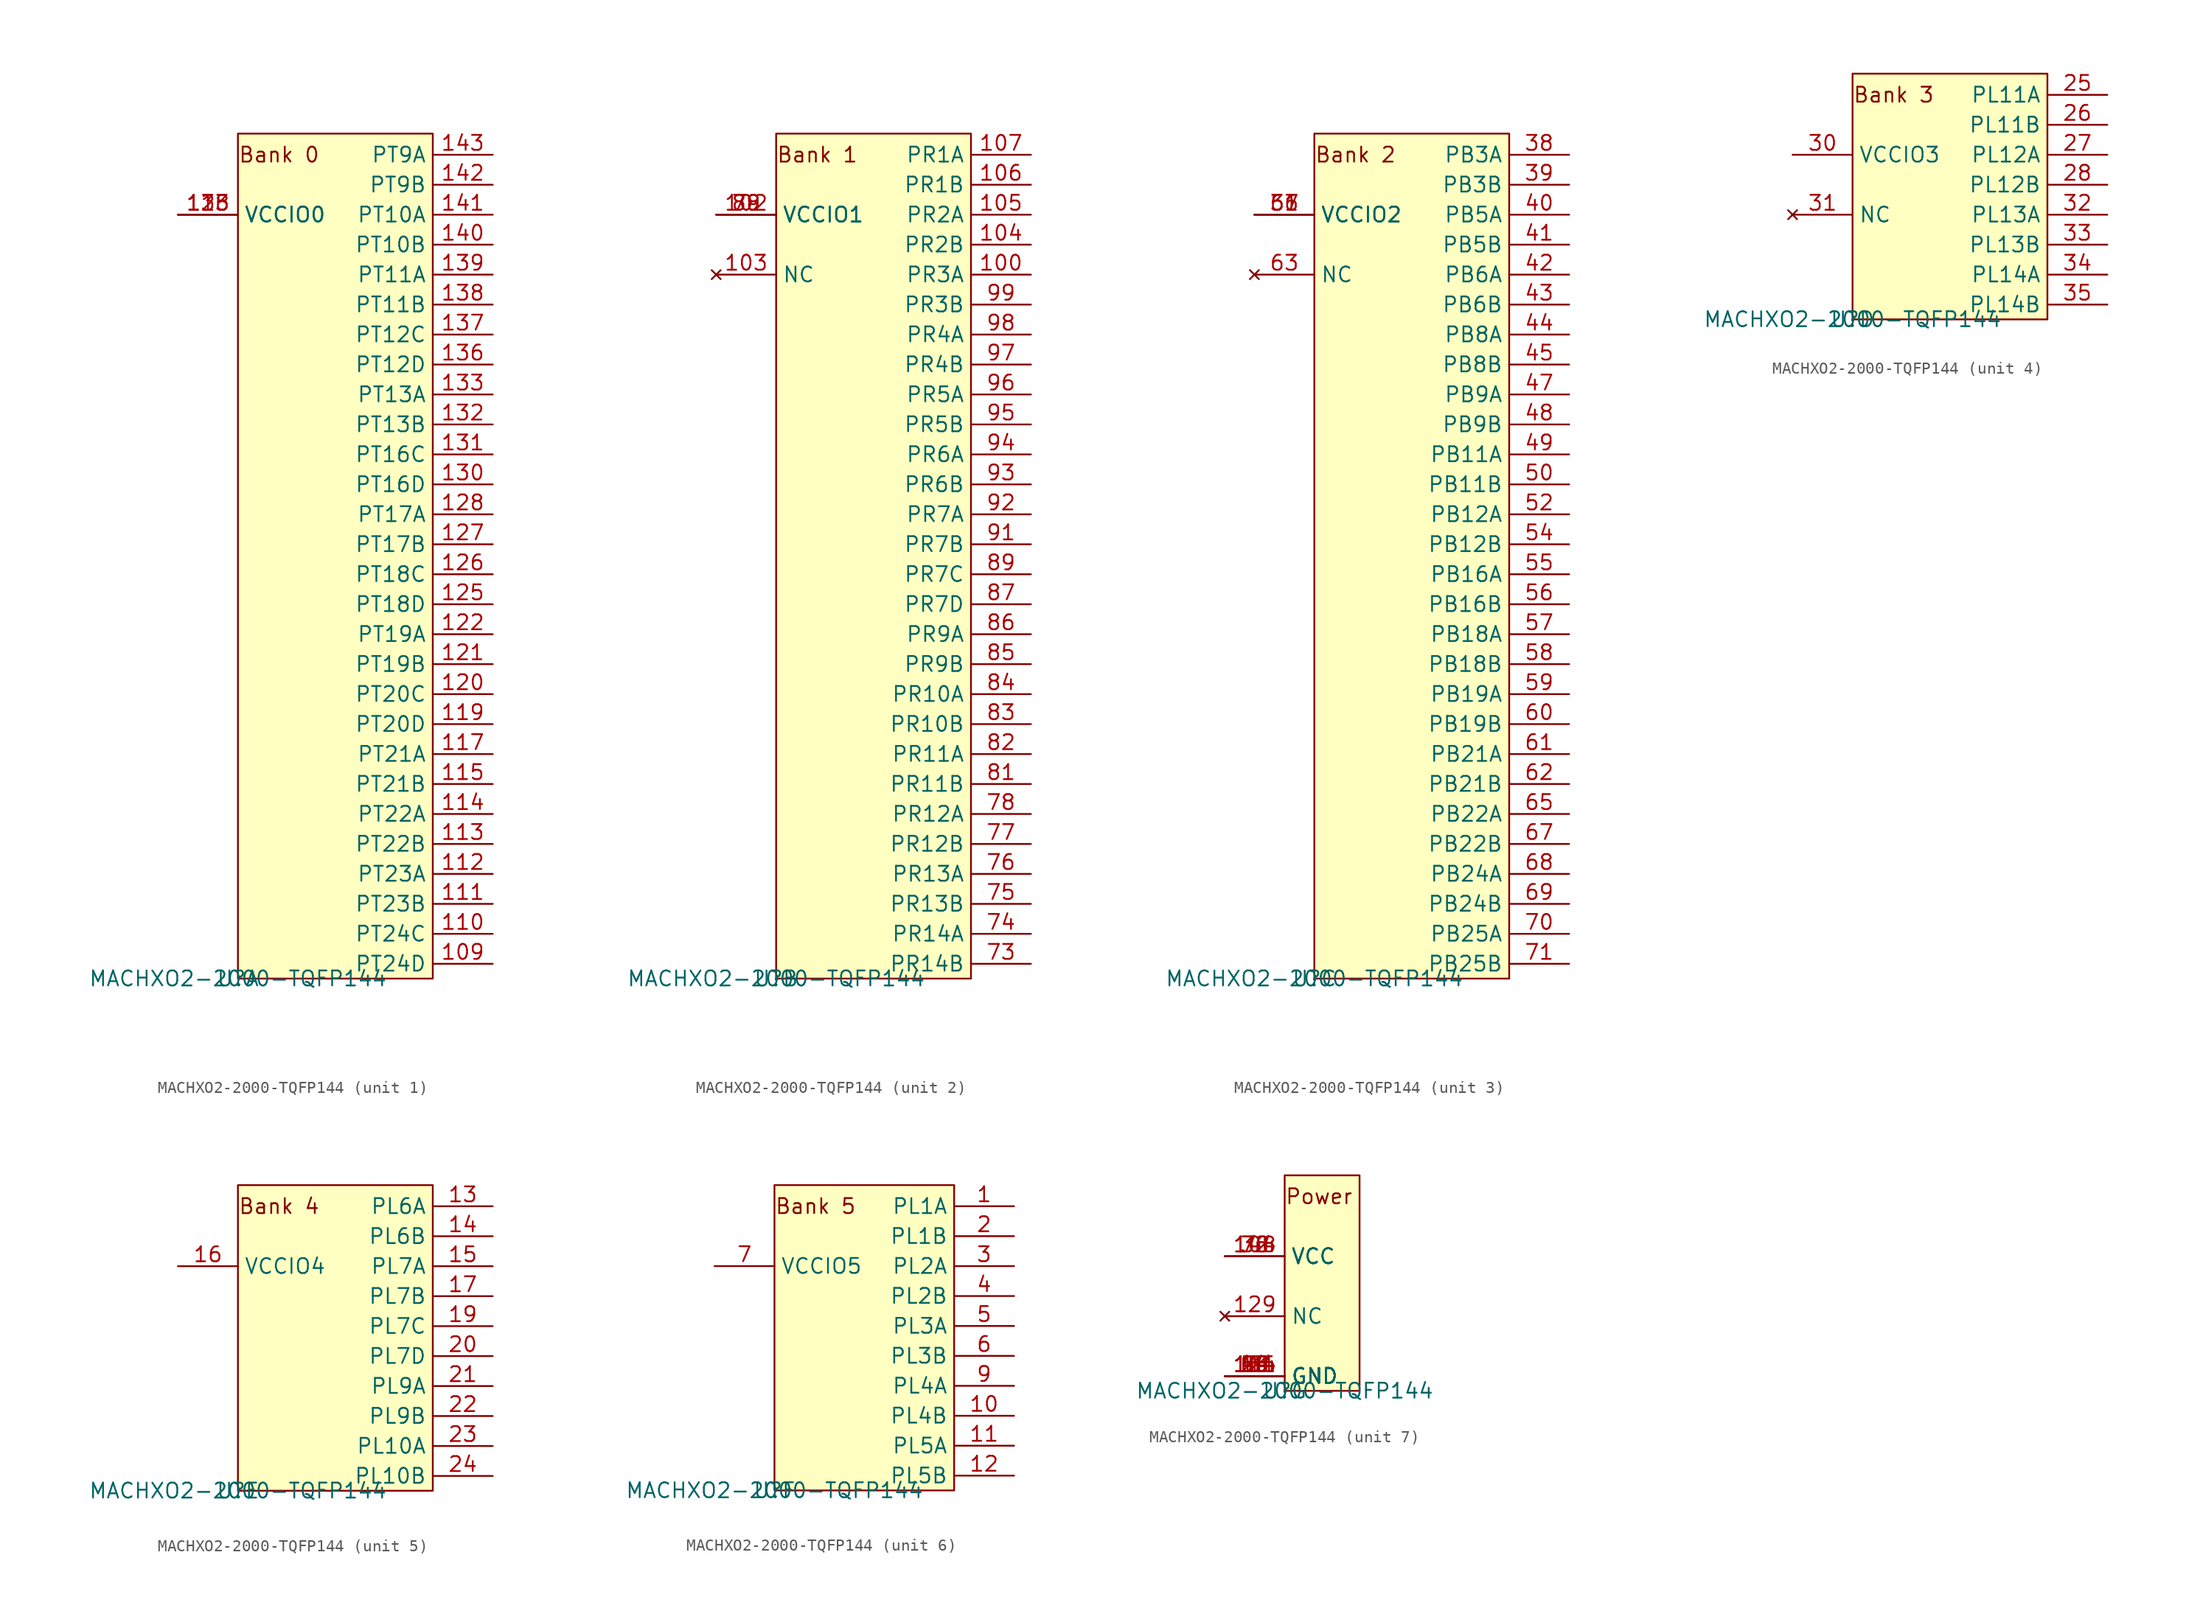
<source format=kicad_sym>
(kicad_symbol_lib
  (version 20211014)
  (generator kicad_symbol_editor)
  (symbol "MACHXO2-2000-TQFP144"
    (property "Reference" "U"
      (at 0 0 0)
      (effects (font (size 1.27 1.27))))
    (property "Value" "MACHXO2-2000-TQFP144"
      (at 0 0 0)
      (effects (font (size 1.27 1.27))))
    (property "ki_locked" ""
      (at 0 0 0)
      (effects (font (size 1.27 1.27))))
    (symbol "MACHXO2-2000-TQFP144_1_0"
      (pin power_in line (at -5.08 64.754 0) (length 5.08) (name "VCCIO0" (effects (font (size 1.27 1.27)))) (number "118" (effects (font (size 1.27 1.27)))))
      (pin power_in line (at -5.08 64.754 0) (length 5.08) (name "VCCIO0" (effects (font (size 1.27 1.27)))) (number "123" (effects (font (size 1.27 1.27)))))
      (pin power_in line (at -5.08 64.754 0) (length 5.08) (name "VCCIO0" (effects (font (size 1.27 1.27)))) (number "135" (effects (font (size 1.27 1.27)))))
      (pin bidirectional line (at 21.59 69.834 180) (length 5.08) (name "PT9A" (effects (font (size 1.27 1.27)))) (number "143" (effects (font (size 1.27 1.27)))))
      (pin bidirectional line (at 21.59 67.294 180) (length 5.08) (name "PT9B" (effects (font (size 1.27 1.27)))) (number "142" (effects (font (size 1.27 1.27)))))
      (pin bidirectional line (at 21.59 64.754 180) (length 5.08) (name "PT10A" (effects (font (size 1.27 1.27)))) (number "141" (effects (font (size 1.27 1.27)))))
      (pin bidirectional line (at 21.59 62.214 180) (length 5.08) (name "PT10B" (effects (font (size 1.27 1.27)))) (number "140" (effects (font (size 1.27 1.27)))))
      (pin bidirectional line (at 21.59 59.674 180) (length 5.08) (name "PT11A" (effects (font (size 1.27 1.27)))) (number "139" (effects (font (size 1.27 1.27)))))
      (pin bidirectional line (at 21.59 57.134 180) (length 5.08) (name "PT11B" (effects (font (size 1.27 1.27)))) (number "138" (effects (font (size 1.27 1.27)))))
      (pin bidirectional line (at 21.59 54.594 180) (length 5.08) (name "PT12C" (effects (font (size 1.27 1.27)))) (number "137" (effects (font (size 1.27 1.27)))))
      (pin bidirectional line (at 21.59 52.054 180) (length 5.08) (name "PT12D" (effects (font (size 1.27 1.27)))) (number "136" (effects (font (size 1.27 1.27)))))
      (pin bidirectional line (at 21.59 49.514 180) (length 5.08) (name "PT13A" (effects (font (size 1.27 1.27)))) (number "133" (effects (font (size 1.27 1.27)))))
      (pin bidirectional line (at 21.59 46.974 180) (length 5.08) (name "PT13B" (effects (font (size 1.27 1.27)))) (number "132" (effects (font (size 1.27 1.27)))))
      (pin bidirectional line (at 21.59 44.434 180) (length 5.08) (name "PT16C" (effects (font (size 1.27 1.27)))) (number "131" (effects (font (size 1.27 1.27)))))
      (pin bidirectional line (at 21.59 41.894 180) (length 5.08) (name "PT16D" (effects (font (size 1.27 1.27)))) (number "130" (effects (font (size 1.27 1.27)))))
      (pin bidirectional line (at 21.59 39.354 180) (length 5.08) (name "PT17A" (effects (font (size 1.27 1.27)))) (number "128" (effects (font (size 1.27 1.27)))))
      (pin bidirectional line (at 21.59 36.814 180) (length 5.08) (name "PT17B" (effects (font (size 1.27 1.27)))) (number "127" (effects (font (size 1.27 1.27)))))
      (pin bidirectional line (at 21.59 34.274 180) (length 5.08) (name "PT18C" (effects (font (size 1.27 1.27)))) (number "126" (effects (font (size 1.27 1.27)))))
      (pin bidirectional line (at 21.59 31.734 180) (length 5.08) (name "PT18D" (effects (font (size 1.27 1.27)))) (number "125" (effects (font (size 1.27 1.27)))))
      (pin bidirectional line (at 21.59 29.194 180) (length 5.08) (name "PT19A" (effects (font (size 1.27 1.27)))) (number "122" (effects (font (size 1.27 1.27)))))
      (pin bidirectional line (at 21.59 26.654 180) (length 5.08) (name "PT19B" (effects (font (size 1.27 1.27)))) (number "121" (effects (font (size 1.27 1.27)))))
      (pin bidirectional line (at 21.59 24.114 180) (length 5.08) (name "PT20C" (effects (font (size 1.27 1.27)))) (number "120" (effects (font (size 1.27 1.27)))))
      (pin bidirectional line (at 21.59 21.574 180) (length 5.08) (name "PT20D" (effects (font (size 1.27 1.27)))) (number "119" (effects (font (size 1.27 1.27)))))
      (pin bidirectional line (at 21.59 19.034 180) (length 5.08) (name "PT21A" (effects (font (size 1.27 1.27)))) (number "117" (effects (font (size 1.27 1.27)))))
      (pin bidirectional line (at 21.59 16.494 180) (length 5.08) (name "PT21B" (effects (font (size 1.27 1.27)))) (number "115" (effects (font (size 1.27 1.27)))))
      (pin bidirectional line (at 21.59 13.954 180) (length 5.08) (name "PT22A" (effects (font (size 1.27 1.27)))) (number "114" (effects (font (size 1.27 1.27)))))
      (pin bidirectional line (at 21.59 11.414 180) (length 5.08) (name "PT22B" (effects (font (size 1.27 1.27)))) (number "113" (effects (font (size 1.27 1.27)))))
      (pin bidirectional line (at 21.59 8.874 180) (length 5.08) (name "PT23A" (effects (font (size 1.27 1.27)))) (number "112" (effects (font (size 1.27 1.27)))))
      (pin bidirectional line (at 21.59 6.334 180) (length 5.08) (name "PT23B" (effects (font (size 1.27 1.27)))) (number "111" (effects (font (size 1.27 1.27)))))
      (pin bidirectional line (at 21.59 3.794 180) (length 5.08) (name "PT24C" (effects (font (size 1.27 1.27)))) (number "110" (effects (font (size 1.27 1.27)))))
      (pin bidirectional line (at 21.59 1.254 180) (length 5.08) (name "PT24D" (effects (font (size 1.27 1.27)))) (number "109" (effects (font (size 1.27 1.27))))))
    (symbol "MACHXO2-2000-TQFP144_1_1"
      (rectangle (start 0 0) (end 16.51 71.628) (stroke (width 0) (type default) (color 0 0 0 0)) (fill (type background)))
      (text "Bank 0" (at 0 69.834 0) (effects (font (size 1.27 1.27)) (justify left))))
    (symbol "MACHXO2-2000-TQFP144_2_0"
      (pin power_in line (at -5.08 64.754 0) (length 5.08) (name "VCCIO1" (effects (font (size 1.27 1.27)))) (number "79" (effects (font (size 1.27 1.27)))))
      (pin power_in line (at -5.08 64.754 0) (length 5.08) (name "VCCIO1" (effects (font (size 1.27 1.27)))) (number "88" (effects (font (size 1.27 1.27)))))
      (pin power_in line (at -5.08 64.754 0) (length 5.08) (name "VCCIO1" (effects (font (size 1.27 1.27)))) (number "102" (effects (font (size 1.27 1.27)))))
      (pin no_connect line (at -5.08 59.674 0) (length 5.08) (name "NC" (effects (font (size 1.27 1.27)))) (number "103" (effects (font (size 1.27 1.27)))))
      (pin bidirectional line (at 21.59 69.834 180) (length 5.08) (name "PR1A" (effects (font (size 1.27 1.27)))) (number "107" (effects (font (size 1.27 1.27)))))
      (pin bidirectional line (at 21.59 67.294 180) (length 5.08) (name "PR1B" (effects (font (size 1.27 1.27)))) (number "106" (effects (font (size 1.27 1.27)))))
      (pin bidirectional line (at 21.59 64.754 180) (length 5.08) (name "PR2A" (effects (font (size 1.27 1.27)))) (number "105" (effects (font (size 1.27 1.27)))))
      (pin bidirectional line (at 21.59 62.214 180) (length 5.08) (name "PR2B" (effects (font (size 1.27 1.27)))) (number "104" (effects (font (size 1.27 1.27)))))
      (pin bidirectional line (at 21.59 59.674 180) (length 5.08) (name "PR3A" (effects (font (size 1.27 1.27)))) (number "100" (effects (font (size 1.27 1.27)))))
      (pin bidirectional line (at 21.59 57.134 180) (length 5.08) (name "PR3B" (effects (font (size 1.27 1.27)))) (number "99" (effects (font (size 1.27 1.27)))))
      (pin bidirectional line (at 21.59 54.594 180) (length 5.08) (name "PR4A" (effects (font (size 1.27 1.27)))) (number "98" (effects (font (size 1.27 1.27)))))
      (pin bidirectional line (at 21.59 52.054 180) (length 5.08) (name "PR4B" (effects (font (size 1.27 1.27)))) (number "97" (effects (font (size 1.27 1.27)))))
      (pin bidirectional line (at 21.59 49.514 180) (length 5.08) (name "PR5A" (effects (font (size 1.27 1.27)))) (number "96" (effects (font (size 1.27 1.27)))))
      (pin bidirectional line (at 21.59 46.974 180) (length 5.08) (name "PR5B" (effects (font (size 1.27 1.27)))) (number "95" (effects (font (size 1.27 1.27)))))
      (pin bidirectional line (at 21.59 44.434 180) (length 5.08) (name "PR6A" (effects (font (size 1.27 1.27)))) (number "94" (effects (font (size 1.27 1.27)))))
      (pin bidirectional line (at 21.59 41.894 180) (length 5.08) (name "PR6B" (effects (font (size 1.27 1.27)))) (number "93" (effects (font (size 1.27 1.27)))))
      (pin bidirectional line (at 21.59 39.354 180) (length 5.08) (name "PR7A" (effects (font (size 1.27 1.27)))) (number "92" (effects (font (size 1.27 1.27)))))
      (pin bidirectional line (at 21.59 36.814 180) (length 5.08) (name "PR7B" (effects (font (size 1.27 1.27)))) (number "91" (effects (font (size 1.27 1.27)))))
      (pin bidirectional line (at 21.59 34.274 180) (length 5.08) (name "PR7C" (effects (font (size 1.27 1.27)))) (number "89" (effects (font (size 1.27 1.27)))))
      (pin bidirectional line (at 21.59 31.734 180) (length 5.08) (name "PR7D" (effects (font (size 1.27 1.27)))) (number "87" (effects (font (size 1.27 1.27)))))
      (pin bidirectional line (at 21.59 29.194 180) (length 5.08) (name "PR9A" (effects (font (size 1.27 1.27)))) (number "86" (effects (font (size 1.27 1.27)))))
      (pin bidirectional line (at 21.59 26.654 180) (length 5.08) (name "PR9B" (effects (font (size 1.27 1.27)))) (number "85" (effects (font (size 1.27 1.27)))))
      (pin bidirectional line (at 21.59 24.114 180) (length 5.08) (name "PR10A" (effects (font (size 1.27 1.27)))) (number "84" (effects (font (size 1.27 1.27)))))
      (pin bidirectional line (at 21.59 21.574 180) (length 5.08) (name "PR10B" (effects (font (size 1.27 1.27)))) (number "83" (effects (font (size 1.27 1.27)))))
      (pin bidirectional line (at 21.59 19.034 180) (length 5.08) (name "PR11A" (effects (font (size 1.27 1.27)))) (number "82" (effects (font (size 1.27 1.27)))))
      (pin bidirectional line (at 21.59 16.494 180) (length 5.08) (name "PR11B" (effects (font (size 1.27 1.27)))) (number "81" (effects (font (size 1.27 1.27)))))
      (pin bidirectional line (at 21.59 13.954 180) (length 5.08) (name "PR12A" (effects (font (size 1.27 1.27)))) (number "78" (effects (font (size 1.27 1.27)))))
      (pin bidirectional line (at 21.59 11.414 180) (length 5.08) (name "PR12B" (effects (font (size 1.27 1.27)))) (number "77" (effects (font (size 1.27 1.27)))))
      (pin bidirectional line (at 21.59 8.874 180) (length 5.08) (name "PR13A" (effects (font (size 1.27 1.27)))) (number "76" (effects (font (size 1.27 1.27)))))
      (pin bidirectional line (at 21.59 6.334 180) (length 5.08) (name "PR13B" (effects (font (size 1.27 1.27)))) (number "75" (effects (font (size 1.27 1.27)))))
      (pin bidirectional line (at 21.59 3.794 180) (length 5.08) (name "PR14A" (effects (font (size 1.27 1.27)))) (number "74" (effects (font (size 1.27 1.27)))))
      (pin bidirectional line (at 21.59 1.254 180) (length 5.08) (name "PR14B" (effects (font (size 1.27 1.27)))) (number "73" (effects (font (size 1.27 1.27))))))
    (symbol "MACHXO2-2000-TQFP144_2_1"
      (rectangle (start 0 0) (end 16.51 71.628) (stroke (width 0) (type default) (color 0 0 0 0)) (fill (type background)))
      (text "Bank 1" (at 0 69.834 0) (effects (font (size 1.27 1.27)) (justify left))))
    (symbol "MACHXO2-2000-TQFP144_3_0"
      (pin power_in line (at -5.08 64.754 0) (length 5.08) (name "VCCIO2" (effects (font (size 1.27 1.27)))) (number "37" (effects (font (size 1.27 1.27)))))
      (pin power_in line (at -5.08 64.754 0) (length 5.08) (name "VCCIO2" (effects (font (size 1.27 1.27)))) (number "51" (effects (font (size 1.27 1.27)))))
      (pin power_in line (at -5.08 64.754 0) (length 5.08) (name "VCCIO2" (effects (font (size 1.27 1.27)))) (number "66" (effects (font (size 1.27 1.27)))))
      (pin no_connect line (at -5.08 59.674 0) (length 5.08) (name "NC" (effects (font (size 1.27 1.27)))) (number "63" (effects (font (size 1.27 1.27)))))
      (pin bidirectional line (at 21.59 69.834 180) (length 5.08) (name "PB3A" (effects (font (size 1.27 1.27)))) (number "38" (effects (font (size 1.27 1.27)))))
      (pin bidirectional line (at 21.59 67.294 180) (length 5.08) (name "PB3B" (effects (font (size 1.27 1.27)))) (number "39" (effects (font (size 1.27 1.27)))))
      (pin bidirectional line (at 21.59 64.754 180) (length 5.08) (name "PB5A" (effects (font (size 1.27 1.27)))) (number "40" (effects (font (size 1.27 1.27)))))
      (pin bidirectional line (at 21.59 62.214 180) (length 5.08) (name "PB5B" (effects (font (size 1.27 1.27)))) (number "41" (effects (font (size 1.27 1.27)))))
      (pin bidirectional line (at 21.59 59.674 180) (length 5.08) (name "PB6A" (effects (font (size 1.27 1.27)))) (number "42" (effects (font (size 1.27 1.27)))))
      (pin bidirectional line (at 21.59 57.134 180) (length 5.08) (name "PB6B" (effects (font (size 1.27 1.27)))) (number "43" (effects (font (size 1.27 1.27)))))
      (pin bidirectional line (at 21.59 54.594 180) (length 5.08) (name "PB8A" (effects (font (size 1.27 1.27)))) (number "44" (effects (font (size 1.27 1.27)))))
      (pin bidirectional line (at 21.59 52.054 180) (length 5.08) (name "PB8B" (effects (font (size 1.27 1.27)))) (number "45" (effects (font (size 1.27 1.27)))))
      (pin bidirectional line (at 21.59 49.514 180) (length 5.08) (name "PB9A" (effects (font (size 1.27 1.27)))) (number "47" (effects (font (size 1.27 1.27)))))
      (pin bidirectional line (at 21.59 46.974 180) (length 5.08) (name "PB9B" (effects (font (size 1.27 1.27)))) (number "48" (effects (font (size 1.27 1.27)))))
      (pin bidirectional line (at 21.59 44.434 180) (length 5.08) (name "PB11A" (effects (font (size 1.27 1.27)))) (number "49" (effects (font (size 1.27 1.27)))))
      (pin bidirectional line (at 21.59 41.894 180) (length 5.08) (name "PB11B" (effects (font (size 1.27 1.27)))) (number "50" (effects (font (size 1.27 1.27)))))
      (pin bidirectional line (at 21.59 39.354 180) (length 5.08) (name "PB12A" (effects (font (size 1.27 1.27)))) (number "52" (effects (font (size 1.27 1.27)))))
      (pin bidirectional line (at 21.59 36.814 180) (length 5.08) (name "PB12B" (effects (font (size 1.27 1.27)))) (number "54" (effects (font (size 1.27 1.27)))))
      (pin bidirectional line (at 21.59 34.274 180) (length 5.08) (name "PB16A" (effects (font (size 1.27 1.27)))) (number "55" (effects (font (size 1.27 1.27)))))
      (pin bidirectional line (at 21.59 31.734 180) (length 5.08) (name "PB16B" (effects (font (size 1.27 1.27)))) (number "56" (effects (font (size 1.27 1.27)))))
      (pin bidirectional line (at 21.59 29.194 180) (length 5.08) (name "PB18A" (effects (font (size 1.27 1.27)))) (number "57" (effects (font (size 1.27 1.27)))))
      (pin bidirectional line (at 21.59 26.654 180) (length 5.08) (name "PB18B" (effects (font (size 1.27 1.27)))) (number "58" (effects (font (size 1.27 1.27)))))
      (pin bidirectional line (at 21.59 24.114 180) (length 5.08) (name "PB19A" (effects (font (size 1.27 1.27)))) (number "59" (effects (font (size 1.27 1.27)))))
      (pin bidirectional line (at 21.59 21.574 180) (length 5.08) (name "PB19B" (effects (font (size 1.27 1.27)))) (number "60" (effects (font (size 1.27 1.27)))))
      (pin bidirectional line (at 21.59 19.034 180) (length 5.08) (name "PB21A" (effects (font (size 1.27 1.27)))) (number "61" (effects (font (size 1.27 1.27)))))
      (pin bidirectional line (at 21.59 16.494 180) (length 5.08) (name "PB21B" (effects (font (size 1.27 1.27)))) (number "62" (effects (font (size 1.27 1.27)))))
      (pin bidirectional line (at 21.59 13.954 180) (length 5.08) (name "PB22A" (effects (font (size 1.27 1.27)))) (number "65" (effects (font (size 1.27 1.27)))))
      (pin bidirectional line (at 21.59 11.414 180) (length 5.08) (name "PB22B" (effects (font (size 1.27 1.27)))) (number "67" (effects (font (size 1.27 1.27)))))
      (pin bidirectional line (at 21.59 8.874 180) (length 5.08) (name "PB24A" (effects (font (size 1.27 1.27)))) (number "68" (effects (font (size 1.27 1.27)))))
      (pin bidirectional line (at 21.59 6.334 180) (length 5.08) (name "PB24B" (effects (font (size 1.27 1.27)))) (number "69" (effects (font (size 1.27 1.27)))))
      (pin bidirectional line (at 21.59 3.794 180) (length 5.08) (name "PB25A" (effects (font (size 1.27 1.27)))) (number "70" (effects (font (size 1.27 1.27)))))
      (pin bidirectional line (at 21.59 1.254 180) (length 5.08) (name "PB25B" (effects (font (size 1.27 1.27)))) (number "71" (effects (font (size 1.27 1.27))))))
    (symbol "MACHXO2-2000-TQFP144_3_1"
      (rectangle (start 0 0) (end 16.51 71.628) (stroke (width 0) (type default) (color 0 0 0 0)) (fill (type background)))
      (text "Bank 2" (at 0 69.834 0) (effects (font (size 1.27 1.27)) (justify left))))
    (symbol "MACHXO2-2000-TQFP144_4_0"
      (pin power_in line (at -5.08 13.954 0) (length 5.08) (name "VCCIO3" (effects (font (size 1.27 1.27)))) (number "30" (effects (font (size 1.27 1.27)))))
      (pin no_connect line (at -5.08 8.874 0) (length 5.08) (name "NC" (effects (font (size 1.27 1.27)))) (number "31" (effects (font (size 1.27 1.27)))))
      (pin bidirectional line (at 21.59 19.034 180) (length 5.08) (name "PL11A" (effects (font (size 1.27 1.27)))) (number "25" (effects (font (size 1.27 1.27)))))
      (pin bidirectional line (at 21.59 16.494 180) (length 5.08) (name "PL11B" (effects (font (size 1.27 1.27)))) (number "26" (effects (font (size 1.27 1.27)))))
      (pin bidirectional line (at 21.59 13.954 180) (length 5.08) (name "PL12A" (effects (font (size 1.27 1.27)))) (number "27" (effects (font (size 1.27 1.27)))))
      (pin bidirectional line (at 21.59 11.414 180) (length 5.08) (name "PL12B" (effects (font (size 1.27 1.27)))) (number "28" (effects (font (size 1.27 1.27)))))
      (pin bidirectional line (at 21.59 8.874 180) (length 5.08) (name "PL13A" (effects (font (size 1.27 1.27)))) (number "32" (effects (font (size 1.27 1.27)))))
      (pin bidirectional line (at 21.59 6.334 180) (length 5.08) (name "PL13B" (effects (font (size 1.27 1.27)))) (number "33" (effects (font (size 1.27 1.27)))))
      (pin bidirectional line (at 21.59 3.794 180) (length 5.08) (name "PL14A" (effects (font (size 1.27 1.27)))) (number "34" (effects (font (size 1.27 1.27)))))
      (pin bidirectional line (at 21.59 1.254 180) (length 5.08) (name "PL14B" (effects (font (size 1.27 1.27)))) (number "35" (effects (font (size 1.27 1.27))))))
    (symbol "MACHXO2-2000-TQFP144_4_1"
      (rectangle (start 0 0) (end 16.51 20.828) (stroke (width 0) (type default) (color 0 0 0 0)) (fill (type background)))
      (text "Bank 3" (at 0 19.034 0) (effects (font (size 1.27 1.27)) (justify left))))
    (symbol "MACHXO2-2000-TQFP144_5_0"
      (pin power_in line (at -5.08 19.034 0) (length 5.08) (name "VCCIO4" (effects (font (size 1.27 1.27)))) (number "16" (effects (font (size 1.27 1.27)))))
      (pin bidirectional line (at 21.59 24.114 180) (length 5.08) (name "PL6A" (effects (font (size 1.27 1.27)))) (number "13" (effects (font (size 1.27 1.27)))))
      (pin bidirectional line (at 21.59 21.574 180) (length 5.08) (name "PL6B" (effects (font (size 1.27 1.27)))) (number "14" (effects (font (size 1.27 1.27)))))
      (pin bidirectional line (at 21.59 19.034 180) (length 5.08) (name "PL7A" (effects (font (size 1.27 1.27)))) (number "15" (effects (font (size 1.27 1.27)))))
      (pin bidirectional line (at 21.59 16.494 180) (length 5.08) (name "PL7B" (effects (font (size 1.27 1.27)))) (number "17" (effects (font (size 1.27 1.27)))))
      (pin bidirectional line (at 21.59 13.954 180) (length 5.08) (name "PL7C" (effects (font (size 1.27 1.27)))) (number "19" (effects (font (size 1.27 1.27)))))
      (pin bidirectional line (at 21.59 11.414 180) (length 5.08) (name "PL7D" (effects (font (size 1.27 1.27)))) (number "20" (effects (font (size 1.27 1.27)))))
      (pin bidirectional line (at 21.59 8.874 180) (length 5.08) (name "PL9A" (effects (font (size 1.27 1.27)))) (number "21" (effects (font (size 1.27 1.27)))))
      (pin bidirectional line (at 21.59 6.334 180) (length 5.08) (name "PL9B" (effects (font (size 1.27 1.27)))) (number "22" (effects (font (size 1.27 1.27)))))
      (pin bidirectional line (at 21.59 3.794 180) (length 5.08) (name "PL10A" (effects (font (size 1.27 1.27)))) (number "23" (effects (font (size 1.27 1.27)))))
      (pin bidirectional line (at 21.59 1.254 180) (length 5.08) (name "PL10B" (effects (font (size 1.27 1.27)))) (number "24" (effects (font (size 1.27 1.27))))))
    (symbol "MACHXO2-2000-TQFP144_5_1"
      (rectangle (start 0 0) (end 16.51 25.908) (stroke (width 0) (type default) (color 0 0 0 0)) (fill (type background)))
      (text "Bank 4" (at 0 24.114 0) (effects (font (size 1.27 1.27)) (justify left))))
    (symbol "MACHXO2-2000-TQFP144_6_0"
      (pin power_in line (at -5.08 19.034 0) (length 5.08) (name "VCCIO5" (effects (font (size 1.27 1.27)))) (number "7" (effects (font (size 1.27 1.27)))))
      (pin bidirectional line (at 20.32 24.114 180) (length 5.08) (name "PL1A" (effects (font (size 1.27 1.27)))) (number "1" (effects (font (size 1.27 1.27)))))
      (pin bidirectional line (at 20.32 21.574 180) (length 5.08) (name "PL1B" (effects (font (size 1.27 1.27)))) (number "2" (effects (font (size 1.27 1.27)))))
      (pin bidirectional line (at 20.32 19.034 180) (length 5.08) (name "PL2A" (effects (font (size 1.27 1.27)))) (number "3" (effects (font (size 1.27 1.27)))))
      (pin bidirectional line (at 20.32 16.494 180) (length 5.08) (name "PL2B" (effects (font (size 1.27 1.27)))) (number "4" (effects (font (size 1.27 1.27)))))
      (pin bidirectional line (at 20.32 13.954 180) (length 5.08) (name "PL3A" (effects (font (size 1.27 1.27)))) (number "5" (effects (font (size 1.27 1.27)))))
      (pin bidirectional line (at 20.32 11.414 180) (length 5.08) (name "PL3B" (effects (font (size 1.27 1.27)))) (number "6" (effects (font (size 1.27 1.27)))))
      (pin bidirectional line (at 20.32 8.874 180) (length 5.08) (name "PL4A" (effects (font (size 1.27 1.27)))) (number "9" (effects (font (size 1.27 1.27)))))
      (pin bidirectional line (at 20.32 6.334 180) (length 5.08) (name "PL4B" (effects (font (size 1.27 1.27)))) (number "10" (effects (font (size 1.27 1.27)))))
      (pin bidirectional line (at 20.32 3.794 180) (length 5.08) (name "PL5A" (effects (font (size 1.27 1.27)))) (number "11" (effects (font (size 1.27 1.27)))))
      (pin bidirectional line (at 20.32 1.254 180) (length 5.08) (name "PL5B" (effects (font (size 1.27 1.27)))) (number "12" (effects (font (size 1.27 1.27))))))
    (symbol "MACHXO2-2000-TQFP144_6_1"
      (rectangle (start 0 0) (end 15.24 25.908) (stroke (width 0) (type default) (color 0 0 0 0)) (fill (type background)))
      (text "Bank 5" (at 0 24.114 0) (effects (font (size 1.27 1.27)) (justify left))))
    (symbol "MACHXO2-2000-TQFP144_7_0"
      (pin power_in line (at -5.08 11.414 0) (length 5.08) (name "VCC" (effects (font (size 1.27 1.27)))) (number "36" (effects (font (size 1.27 1.27)))))
      (pin power_in line (at -5.08 11.414 0) (length 5.08) (name "VCC" (effects (font (size 1.27 1.27)))) (number "72" (effects (font (size 1.27 1.27)))))
      (pin power_in line (at -5.08 11.414 0) (length 5.08) (name "VCC" (effects (font (size 1.27 1.27)))) (number "108" (effects (font (size 1.27 1.27)))))
      (pin power_in line (at -5.08 11.414 0) (length 5.08) (name "VCC" (effects (font (size 1.27 1.27)))) (number "144" (effects (font (size 1.27 1.27)))))
      (pin no_connect line (at -5.08 6.334 0) (length 5.08) (name "NC" (effects (font (size 1.27 1.27)))) (number "129" (effects (font (size 1.27 1.27)))))
      (pin power_in line (at -5.08 1.254 0) (length 5.08) (name "GND" (effects (font (size 1.27 1.27)))) (number "8" (effects (font (size 1.27 1.27)))))
      (pin power_in line (at -5.08 1.254 0) (length 5.08) (name "GND" (effects (font (size 1.27 1.27)))) (number "18" (effects (font (size 1.27 1.27)))))
      (pin power_in line (at -5.08 1.254 0) (length 5.08) (name "GND" (effects (font (size 1.27 1.27)))) (number "29" (effects (font (size 1.27 1.27)))))
      (pin power_in line (at -5.08 1.254 0) (length 5.08) (name "GND" (effects (font (size 1.27 1.27)))) (number "46" (effects (font (size 1.27 1.27)))))
      (pin power_in line (at -5.08 1.254 0) (length 5.08) (name "GND" (effects (font (size 1.27 1.27)))) (number "53" (effects (font (size 1.27 1.27)))))
      (pin power_in line (at -5.08 1.254 0) (length 5.08) (name "GND" (effects (font (size 1.27 1.27)))) (number "64" (effects (font (size 1.27 1.27)))))
      (pin power_in line (at -5.08 1.254 0) (length 5.08) (name "GND" (effects (font (size 1.27 1.27)))) (number "80" (effects (font (size 1.27 1.27)))))
      (pin power_in line (at -5.08 1.254 0) (length 5.08) (name "GND" (effects (font (size 1.27 1.27)))) (number "90" (effects (font (size 1.27 1.27)))))
      (pin power_in line (at -5.08 1.254 0) (length 5.08) (name "GND" (effects (font (size 1.27 1.27)))) (number "101" (effects (font (size 1.27 1.27)))))
      (pin power_in line (at -5.08 1.254 0) (length 5.08) (name "GND" (effects (font (size 1.27 1.27)))) (number "116" (effects (font (size 1.27 1.27)))))
      (pin power_in line (at -5.08 1.254 0) (length 5.08) (name "GND" (effects (font (size 1.27 1.27)))) (number "124" (effects (font (size 1.27 1.27)))))
      (pin power_in line (at -5.08 1.254 0) (length 5.08) (name "GND" (effects (font (size 1.27 1.27)))) (number "134" (effects (font (size 1.27 1.27))))))
    (symbol "MACHXO2-2000-TQFP144_7_1"
      (rectangle (start 0 0) (end 6.35 18.288) (stroke (width 0) (type default) (color 0 0 0 0)) (fill (type background)))
      (text "Power" (at 0 16.494 0) (effects (font (size 1.27 1.27)) (justify left))))))
</source>
